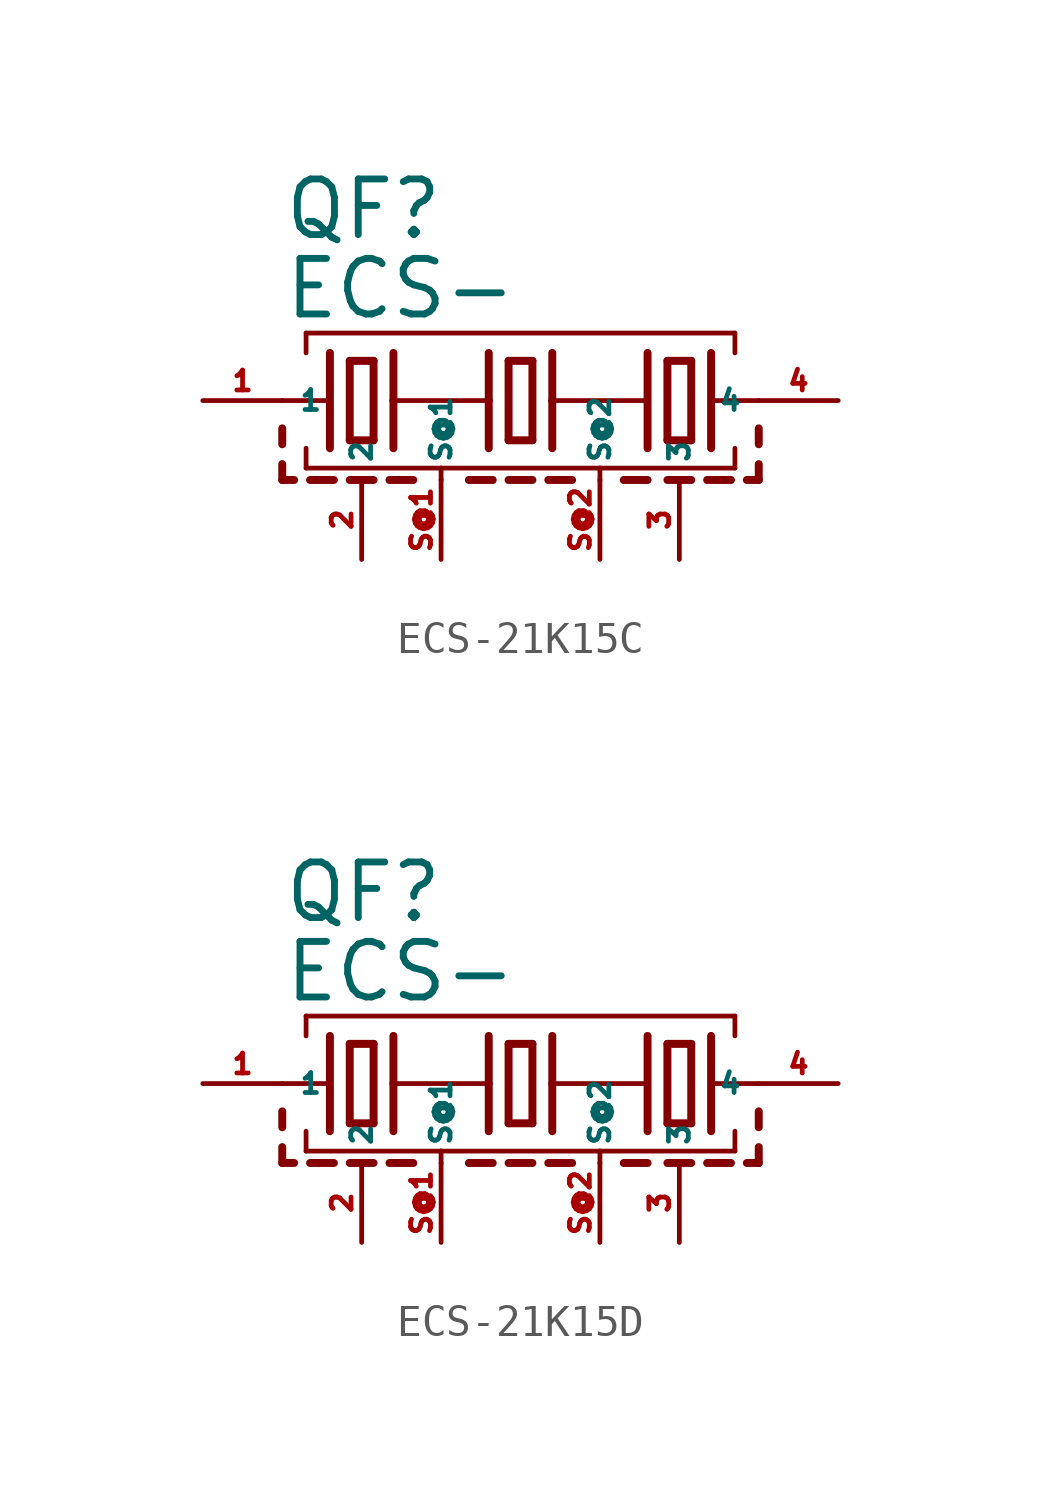
<source format=kicad_sym>
(kicad_symbol_lib
  (version 20220914)
  (generator Eagle2Kicad)
  (symbol "ECS-21K15C"
    (property "Reference" "QF"
      (at -7.62 5.08 0)
      (effects (font (size 1.778 1.778) (thickness 0.22)) (justify left bottom)))
    (property "Value" "ECS-"
      (at -7.62 2.54 0)
      (effects (font (size 1.778 1.778) (thickness 0.22)) (justify left bottom)))
    (polyline
      (pts (xy 6.096 0) (xy 7.62 0))
      (stroke (width 0.152) (type default))
      (fill (type none)))
    (polyline
      (pts (xy -7.62 0) (xy -6.096 0))
      (stroke (width 0.152) (type default))
      (fill (type none)))
    (polyline
      (pts (xy -0.381 1.27) (xy -0.381 -1.27))
      (stroke (width 0.254) (type default))
      (fill (type none)))
    (polyline
      (pts (xy -0.381 -1.27) (xy 0.381 -1.27))
      (stroke (width 0.254) (type default))
      (fill (type none)))
    (polyline
      (pts (xy 0.381 -1.27) (xy 0.381 1.27))
      (stroke (width 0.254) (type default))
      (fill (type none)))
    (polyline
      (pts (xy 0.381 1.27) (xy -0.381 1.27))
      (stroke (width 0.254) (type default))
      (fill (type none)))
    (polyline
      (pts (xy 6.096 1.524) (xy 6.096 -1.524))
      (stroke (width 0.254) (type default))
      (fill (type none)))
    (polyline
      (pts (xy -6.096 1.524) (xy -6.096 -1.524))
      (stroke (width 0.254) (type default))
      (fill (type none)))
    (polyline
      (pts (xy -6.858 1.524) (xy -6.858 2.159))
      (stroke (width 0.152) (type default))
      (fill (type none)))
    (polyline
      (pts (xy -6.858 2.159) (xy 6.858 2.159))
      (stroke (width 0.152) (type default))
      (fill (type none)))
    (polyline
      (pts (xy 6.858 2.159) (xy 6.858 1.524))
      (stroke (width 0.152) (type default))
      (fill (type none)))
    (polyline
      (pts (xy 6.858 -1.524) (xy 6.858 -2.159))
      (stroke (width 0.152) (type default))
      (fill (type none)))
    (polyline
      (pts (xy -6.858 -2.159) (xy -2.54 -2.159))
      (stroke (width 0.152) (type default))
      (fill (type none)))
    (polyline
      (pts (xy -2.54 -2.159) (xy 2.54 -2.159))
      (stroke (width 0.152) (type default))
      (fill (type none)))
    (polyline
      (pts (xy 2.54 -2.159) (xy 6.858 -2.159))
      (stroke (width 0.152) (type default))
      (fill (type none)))
    (polyline
      (pts (xy -6.858 -2.159) (xy -6.858 -1.524))
      (stroke (width 0.152) (type default))
      (fill (type none)))
    (polyline
      (pts (xy -1.016 1.524) (xy -1.016 0))
      (stroke (width 0.254) (type default))
      (fill (type none)))
    (polyline
      (pts (xy -1.016 0) (xy -1.016 -1.524))
      (stroke (width 0.254) (type default))
      (fill (type none)))
    (polyline
      (pts (xy 1.016 1.524) (xy 1.016 0))
      (stroke (width 0.254) (type default))
      (fill (type none)))
    (polyline
      (pts (xy 1.016 0) (xy 1.016 -1.524))
      (stroke (width 0.254) (type default))
      (fill (type none)))
    (polyline
      (pts (xy -4.699 1.27) (xy -5.461 1.27))
      (stroke (width 0.254) (type default))
      (fill (type none)))
    (polyline
      (pts (xy -5.461 -1.27) (xy -4.699 -1.27))
      (stroke (width 0.254) (type default))
      (fill (type none)))
    (polyline
      (pts (xy -5.461 1.27) (xy -5.461 -1.27))
      (stroke (width 0.254) (type default))
      (fill (type none)))
    (polyline
      (pts (xy -4.699 -1.27) (xy -4.699 1.27))
      (stroke (width 0.254) (type default))
      (fill (type none)))
    (polyline
      (pts (xy 5.461 -1.27) (xy 5.461 1.27))
      (stroke (width 0.254) (type default))
      (fill (type none)))
    (polyline
      (pts (xy 4.699 1.27) (xy 4.699 -1.27))
      (stroke (width 0.254) (type default))
      (fill (type none)))
    (polyline
      (pts (xy 5.461 1.27) (xy 4.699 1.27))
      (stroke (width 0.254) (type default))
      (fill (type none)))
    (polyline
      (pts (xy 4.699 -1.27) (xy 5.461 -1.27))
      (stroke (width 0.254) (type default))
      (fill (type none)))
    (polyline
      (pts (xy 4.064 1.524) (xy 4.064 -1.524))
      (stroke (width 0.254) (type default))
      (fill (type none)))
    (polyline
      (pts (xy -4.064 1.524) (xy -4.064 0))
      (stroke (width 0.254) (type default))
      (fill (type none)))
    (polyline
      (pts (xy -4.064 0) (xy -4.064 -1.524))
      (stroke (width 0.254) (type default))
      (fill (type none)))
    (polyline
      (pts (xy -4.064 0) (xy -1.016 0))
      (stroke (width 0.152) (type default))
      (fill (type none)))
    (polyline
      (pts (xy 1.016 0) (xy 4.064 0))
      (stroke (width 0.152) (type default))
      (fill (type none)))
    (polyline
      (pts (xy -7.62 -2.032) (xy -7.62 -2.54))
      (stroke (width 0.254) (type default))
      (fill (type none)))
    (polyline
      (pts (xy -7.62 -2.54) (xy -7.239 -2.54))
      (stroke (width 0.254) (type default))
      (fill (type none)))
    (polyline
      (pts (xy -5.461 -2.54) (xy -4.699 -2.54))
      (stroke (width 0.254) (type default))
      (fill (type none)))
    (polyline
      (pts (xy -6.731 -2.54) (xy -5.969 -2.54))
      (stroke (width 0.254) (type default))
      (fill (type none)))
    (polyline
      (pts (xy 4.699 -2.54) (xy 5.461 -2.54))
      (stroke (width 0.254) (type default))
      (fill (type none)))
    (polyline
      (pts (xy -4.191 -2.54) (xy -3.429 -2.54))
      (stroke (width 0.254) (type default))
      (fill (type none)))
    (polyline
      (pts (xy -1.651 -2.54) (xy -0.889 -2.54))
      (stroke (width 0.254) (type default))
      (fill (type none)))
    (polyline
      (pts (xy -0.381 -2.54) (xy 0.381 -2.54))
      (stroke (width 0.254) (type default))
      (fill (type none)))
    (polyline
      (pts (xy 0.889 -2.54) (xy 1.651 -2.54))
      (stroke (width 0.254) (type default))
      (fill (type none)))
    (polyline
      (pts (xy 3.302 -2.54) (xy 4.064 -2.54))
      (stroke (width 0.254) (type default))
      (fill (type none)))
    (polyline
      (pts (xy -2.54 -2.54) (xy -2.54 -2.159))
      (stroke (width 0.152) (type default))
      (fill (type none)))
    (polyline
      (pts (xy 2.54 -2.54) (xy 2.54 -2.159))
      (stroke (width 0.152) (type default))
      (fill (type none)))
    (polyline
      (pts (xy 7.62 -2.54) (xy 7.239 -2.54))
      (stroke (width 0.254) (type default))
      (fill (type none)))
    (polyline
      (pts (xy 6.731 -2.54) (xy 5.969 -2.54))
      (stroke (width 0.254) (type default))
      (fill (type none)))
    (polyline
      (pts (xy 7.62 -2.032) (xy 7.62 -2.54))
      (stroke (width 0.254) (type default))
      (fill (type none)))
    (polyline
      (pts (xy -7.62 -0.889) (xy -7.62 -1.397))
      (stroke (width 0.254) (type default))
      (fill (type none)))
    (polyline
      (pts (xy 7.62 -0.889) (xy 7.62 -1.397))
      (stroke (width 0.254) (type default))
      (fill (type none)))
    (pin passive line
      (at 10.16 0 180)
      (length 2.54)
      (name "4" (effects (font (size 0.635 0.635) (thickness 0.08)) (justify left bottom)))
      (number "4" (effects (font (size 0.635 0.635) (thickness 0.08)) (justify left bottom))))
    (pin passive line
      (at -10.16 0 0)
      (length 2.54)
      (name "1" (effects (font (size 0.635 0.635) (thickness 0.08)) (justify left bottom)))
      (number "1" (effects (font (size 0.635 0.635) (thickness 0.08)) (justify left bottom))))
    (pin passive line
      (at -5.08 -5.08 90)
      (length 2.54)
      (name "2" (effects (font (size 0.635 0.635) (thickness 0.08)) (justify left bottom)))
      (number "2" (effects (font (size 0.635 0.635) (thickness 0.08)) (justify left bottom))))
    (pin passive line
      (at 5.08 -5.08 90)
      (length 2.54)
      (name "3" (effects (font (size 0.635 0.635) (thickness 0.08)) (justify left bottom)))
      (number "3" (effects (font (size 0.635 0.635) (thickness 0.08)) (justify left bottom))))
    (pin passive line
      (at -2.54 -5.08 90)
      (length 2.54)
      (name "S@1" (effects (font (size 0.635 0.635) (thickness 0.08)) (justify left bottom)))
      (number "S@1" (effects (font (size 0.635 0.635) (thickness 0.08)) (justify left bottom))))
    (pin passive line
      (at 2.54 -5.08 90)
      (length 2.54)
      (name "S@2" (effects (font (size 0.635 0.635) (thickness 0.08)) (justify left bottom)))
      (number "S@2" (effects (font (size 0.635 0.635) (thickness 0.08)) (justify left bottom)))))
  (symbol "ECS-21K15D"
    (property "Reference" "QF"
      (at -7.62 5.08 0)
      (effects (font (size 1.778 1.778) (thickness 0.22)) (justify left bottom)))
    (property "Value" "ECS-"
      (at -7.62 2.54 0)
      (effects (font (size 1.778 1.778) (thickness 0.22)) (justify left bottom)))
    (polyline
      (pts (xy 6.096 0) (xy 7.62 0))
      (stroke (width 0.152) (type default))
      (fill (type none)))
    (polyline
      (pts (xy -7.62 0) (xy -6.096 0))
      (stroke (width 0.152) (type default))
      (fill (type none)))
    (polyline
      (pts (xy -0.381 1.27) (xy -0.381 -1.27))
      (stroke (width 0.254) (type default))
      (fill (type none)))
    (polyline
      (pts (xy -0.381 -1.27) (xy 0.381 -1.27))
      (stroke (width 0.254) (type default))
      (fill (type none)))
    (polyline
      (pts (xy 0.381 -1.27) (xy 0.381 1.27))
      (stroke (width 0.254) (type default))
      (fill (type none)))
    (polyline
      (pts (xy 0.381 1.27) (xy -0.381 1.27))
      (stroke (width 0.254) (type default))
      (fill (type none)))
    (polyline
      (pts (xy 6.096 1.524) (xy 6.096 -1.524))
      (stroke (width 0.254) (type default))
      (fill (type none)))
    (polyline
      (pts (xy -6.096 1.524) (xy -6.096 -1.524))
      (stroke (width 0.254) (type default))
      (fill (type none)))
    (polyline
      (pts (xy -6.858 1.524) (xy -6.858 2.159))
      (stroke (width 0.152) (type default))
      (fill (type none)))
    (polyline
      (pts (xy -6.858 2.159) (xy 6.858 2.159))
      (stroke (width 0.152) (type default))
      (fill (type none)))
    (polyline
      (pts (xy 6.858 2.159) (xy 6.858 1.524))
      (stroke (width 0.152) (type default))
      (fill (type none)))
    (polyline
      (pts (xy 6.858 -1.524) (xy 6.858 -2.159))
      (stroke (width 0.152) (type default))
      (fill (type none)))
    (polyline
      (pts (xy -6.858 -2.159) (xy -2.54 -2.159))
      (stroke (width 0.152) (type default))
      (fill (type none)))
    (polyline
      (pts (xy -2.54 -2.159) (xy 2.54 -2.159))
      (stroke (width 0.152) (type default))
      (fill (type none)))
    (polyline
      (pts (xy 2.54 -2.159) (xy 6.858 -2.159))
      (stroke (width 0.152) (type default))
      (fill (type none)))
    (polyline
      (pts (xy -6.858 -2.159) (xy -6.858 -1.524))
      (stroke (width 0.152) (type default))
      (fill (type none)))
    (polyline
      (pts (xy -1.016 1.524) (xy -1.016 0))
      (stroke (width 0.254) (type default))
      (fill (type none)))
    (polyline
      (pts (xy -1.016 0) (xy -1.016 -1.524))
      (stroke (width 0.254) (type default))
      (fill (type none)))
    (polyline
      (pts (xy 1.016 1.524) (xy 1.016 0))
      (stroke (width 0.254) (type default))
      (fill (type none)))
    (polyline
      (pts (xy 1.016 0) (xy 1.016 -1.524))
      (stroke (width 0.254) (type default))
      (fill (type none)))
    (polyline
      (pts (xy -4.699 1.27) (xy -5.461 1.27))
      (stroke (width 0.254) (type default))
      (fill (type none)))
    (polyline
      (pts (xy -5.461 -1.27) (xy -4.699 -1.27))
      (stroke (width 0.254) (type default))
      (fill (type none)))
    (polyline
      (pts (xy -5.461 1.27) (xy -5.461 -1.27))
      (stroke (width 0.254) (type default))
      (fill (type none)))
    (polyline
      (pts (xy -4.699 -1.27) (xy -4.699 1.27))
      (stroke (width 0.254) (type default))
      (fill (type none)))
    (polyline
      (pts (xy 5.461 -1.27) (xy 5.461 1.27))
      (stroke (width 0.254) (type default))
      (fill (type none)))
    (polyline
      (pts (xy 4.699 1.27) (xy 4.699 -1.27))
      (stroke (width 0.254) (type default))
      (fill (type none)))
    (polyline
      (pts (xy 5.461 1.27) (xy 4.699 1.27))
      (stroke (width 0.254) (type default))
      (fill (type none)))
    (polyline
      (pts (xy 4.699 -1.27) (xy 5.461 -1.27))
      (stroke (width 0.254) (type default))
      (fill (type none)))
    (polyline
      (pts (xy 4.064 1.524) (xy 4.064 -1.524))
      (stroke (width 0.254) (type default))
      (fill (type none)))
    (polyline
      (pts (xy -4.064 1.524) (xy -4.064 0))
      (stroke (width 0.254) (type default))
      (fill (type none)))
    (polyline
      (pts (xy -4.064 0) (xy -4.064 -1.524))
      (stroke (width 0.254) (type default))
      (fill (type none)))
    (polyline
      (pts (xy -4.064 0) (xy -1.016 0))
      (stroke (width 0.152) (type default))
      (fill (type none)))
    (polyline
      (pts (xy 1.016 0) (xy 4.064 0))
      (stroke (width 0.152) (type default))
      (fill (type none)))
    (polyline
      (pts (xy -7.62 -2.032) (xy -7.62 -2.54))
      (stroke (width 0.254) (type default))
      (fill (type none)))
    (polyline
      (pts (xy -7.62 -2.54) (xy -7.239 -2.54))
      (stroke (width 0.254) (type default))
      (fill (type none)))
    (polyline
      (pts (xy -5.461 -2.54) (xy -4.699 -2.54))
      (stroke (width 0.254) (type default))
      (fill (type none)))
    (polyline
      (pts (xy -6.731 -2.54) (xy -5.969 -2.54))
      (stroke (width 0.254) (type default))
      (fill (type none)))
    (polyline
      (pts (xy 4.699 -2.54) (xy 5.461 -2.54))
      (stroke (width 0.254) (type default))
      (fill (type none)))
    (polyline
      (pts (xy -4.191 -2.54) (xy -3.429 -2.54))
      (stroke (width 0.254) (type default))
      (fill (type none)))
    (polyline
      (pts (xy -1.651 -2.54) (xy -0.889 -2.54))
      (stroke (width 0.254) (type default))
      (fill (type none)))
    (polyline
      (pts (xy -0.381 -2.54) (xy 0.381 -2.54))
      (stroke (width 0.254) (type default))
      (fill (type none)))
    (polyline
      (pts (xy 0.889 -2.54) (xy 1.651 -2.54))
      (stroke (width 0.254) (type default))
      (fill (type none)))
    (polyline
      (pts (xy 3.302 -2.54) (xy 4.064 -2.54))
      (stroke (width 0.254) (type default))
      (fill (type none)))
    (polyline
      (pts (xy -2.54 -2.54) (xy -2.54 -2.159))
      (stroke (width 0.152) (type default))
      (fill (type none)))
    (polyline
      (pts (xy 2.54 -2.54) (xy 2.54 -2.159))
      (stroke (width 0.152) (type default))
      (fill (type none)))
    (polyline
      (pts (xy 7.62 -2.54) (xy 7.239 -2.54))
      (stroke (width 0.254) (type default))
      (fill (type none)))
    (polyline
      (pts (xy 6.731 -2.54) (xy 5.969 -2.54))
      (stroke (width 0.254) (type default))
      (fill (type none)))
    (polyline
      (pts (xy 7.62 -2.032) (xy 7.62 -2.54))
      (stroke (width 0.254) (type default))
      (fill (type none)))
    (polyline
      (pts (xy -7.62 -0.889) (xy -7.62 -1.397))
      (stroke (width 0.254) (type default))
      (fill (type none)))
    (polyline
      (pts (xy 7.62 -0.889) (xy 7.62 -1.397))
      (stroke (width 0.254) (type default))
      (fill (type none)))
    (pin passive line
      (at 10.16 0 180)
      (length 2.54)
      (name "4" (effects (font (size 0.635 0.635) (thickness 0.08)) (justify left bottom)))
      (number "4" (effects (font (size 0.635 0.635) (thickness 0.08)) (justify left bottom))))
    (pin passive line
      (at -10.16 0 0)
      (length 2.54)
      (name "1" (effects (font (size 0.635 0.635) (thickness 0.08)) (justify left bottom)))
      (number "1" (effects (font (size 0.635 0.635) (thickness 0.08)) (justify left bottom))))
    (pin passive line
      (at -5.08 -5.08 90)
      (length 2.54)
      (name "2" (effects (font (size 0.635 0.635) (thickness 0.08)) (justify left bottom)))
      (number "2" (effects (font (size 0.635 0.635) (thickness 0.08)) (justify left bottom))))
    (pin passive line
      (at 5.08 -5.08 90)
      (length 2.54)
      (name "3" (effects (font (size 0.635 0.635) (thickness 0.08)) (justify left bottom)))
      (number "3" (effects (font (size 0.635 0.635) (thickness 0.08)) (justify left bottom))))
    (pin passive line
      (at -2.54 -5.08 90)
      (length 2.54)
      (name "S@1" (effects (font (size 0.635 0.635) (thickness 0.08)) (justify left bottom)))
      (number "S@1" (effects (font (size 0.635 0.635) (thickness 0.08)) (justify left bottom))))
    (pin passive line
      (at 2.54 -5.08 90)
      (length 2.54)
      (name "S@2" (effects (font (size 0.635 0.635) (thickness 0.08)) (justify left bottom)))
      (number "S@2" (effects (font (size 0.635 0.635) (thickness 0.08)) (justify left bottom))))))
</source>
